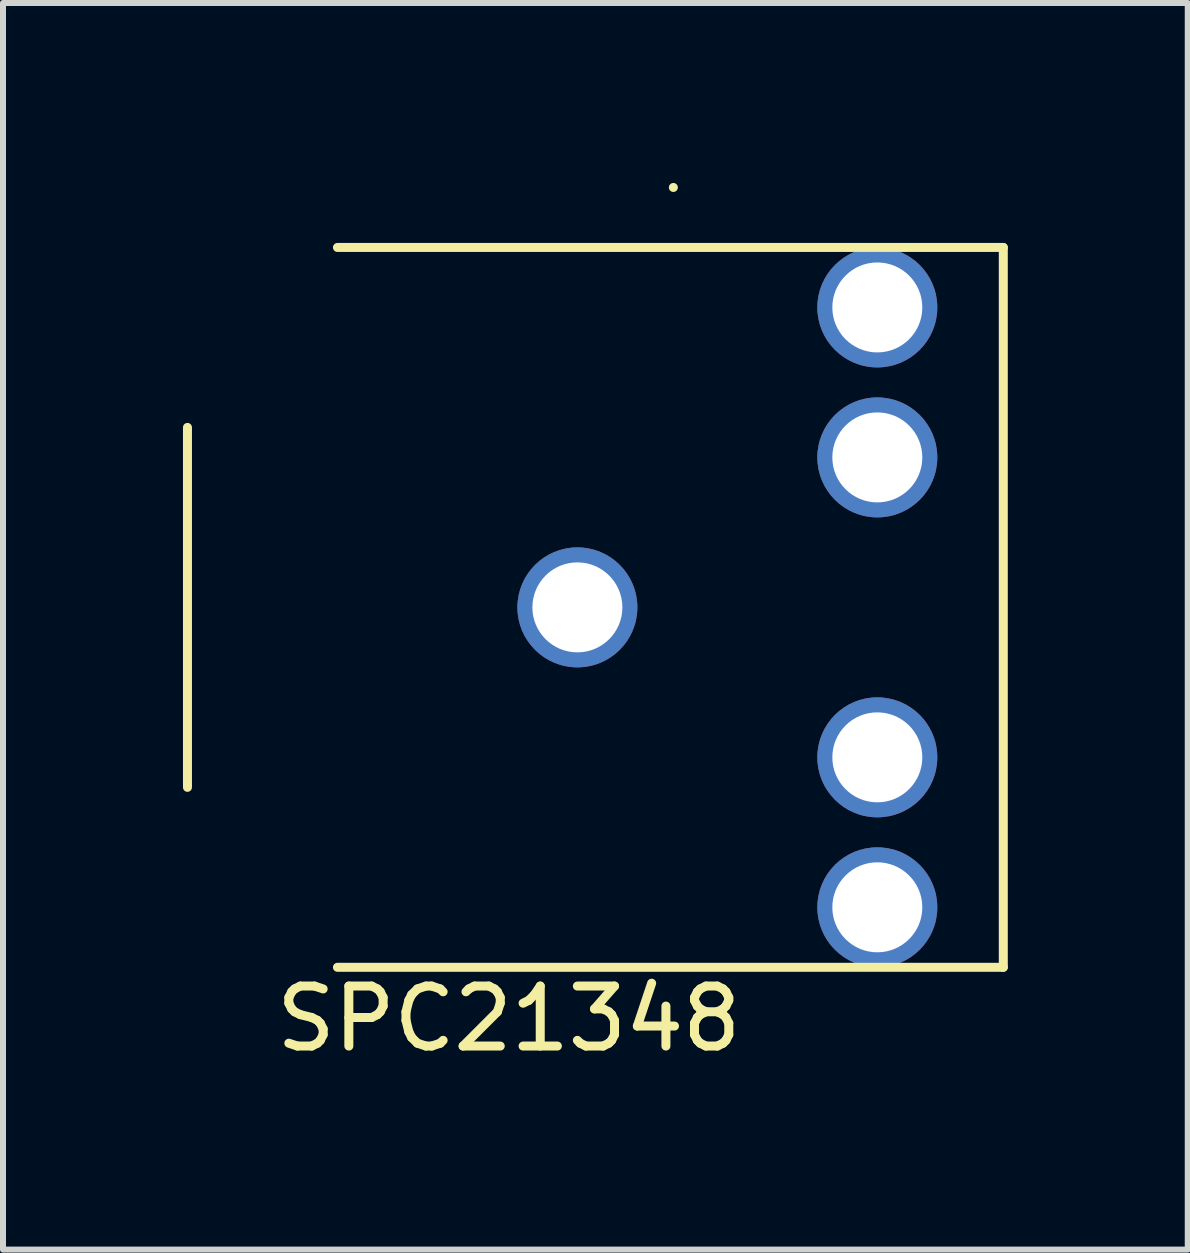
<source format=kicad_pcb>
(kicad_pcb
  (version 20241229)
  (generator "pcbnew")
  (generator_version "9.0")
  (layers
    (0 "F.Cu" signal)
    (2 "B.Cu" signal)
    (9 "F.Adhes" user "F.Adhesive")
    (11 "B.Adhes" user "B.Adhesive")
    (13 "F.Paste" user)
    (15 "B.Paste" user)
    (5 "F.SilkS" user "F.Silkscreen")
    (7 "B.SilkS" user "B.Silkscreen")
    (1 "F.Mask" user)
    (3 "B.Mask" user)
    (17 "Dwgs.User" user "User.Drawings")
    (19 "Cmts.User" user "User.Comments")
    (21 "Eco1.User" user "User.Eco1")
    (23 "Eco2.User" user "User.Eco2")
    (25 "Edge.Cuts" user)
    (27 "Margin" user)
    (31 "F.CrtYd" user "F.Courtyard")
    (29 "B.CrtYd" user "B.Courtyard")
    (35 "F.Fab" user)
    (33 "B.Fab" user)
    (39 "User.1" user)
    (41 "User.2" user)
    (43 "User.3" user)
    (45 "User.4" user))
  (footprint "SPC21348"
    (layer "F.Cu")
    (at 6.575 7.075)
    (property "Reference" "SPC21348" (at -1.143 6.858 0) (layer "F.SilkS") (effects (font (size 1 1) (thickness 0.15))))
    (attr through_hole)
    (fp_line (start -6.5 3) (end -6.5 -3) (stroke (width 0.15) (type solid)) (layer "F.SilkS"))
    (fp_line (start -4 -6) (end 7.1 -6) (stroke (width 0.15) (type solid)) (layer "F.SilkS"))
    (fp_line (start 1.6 -7) (end 1.6 -7) (stroke (width 0.15) (type solid)) (layer "F.SilkS"))
    (fp_line (start 7.1 -6) (end 7.1 6) (stroke (width 0.15) (type solid)) (layer "F.SilkS"))
    (fp_line (start 7.1 6) (end -4 6) (stroke (width 0.15) (type solid)) (layer "F.SilkS"))
    (pad "1" thru_hole circle (at 5 -5) (size 2 2) (drill 1.5) (layers "*.Cu" "*.Mask"))
    (pad "2" thru_hole circle (at 5 5) (size 2 2) (drill 1.5) (layers "*.Cu" "*.Mask"))
    (pad "3" thru_hole circle (at 0 0) (size 2 2) (drill 1.5) (layers "*.Cu" "*.Mask"))
    (pad "4" thru_hole circle (at 5 -2.5) (size 2 2) (drill 1.5) (layers "*.Cu" "*.Mask"))
    (pad "5" thru_hole circle (at 5 2.5) (size 2 2) (drill 1.5) (layers "*.Cu" "*.Mask")))
  (gr_rect
    (start -3 -3)
    (end 16.75 17.781)
    (stroke (width 0.1) (type default))
    (fill no)
    (layer "Edge.Cuts")))
</source>
